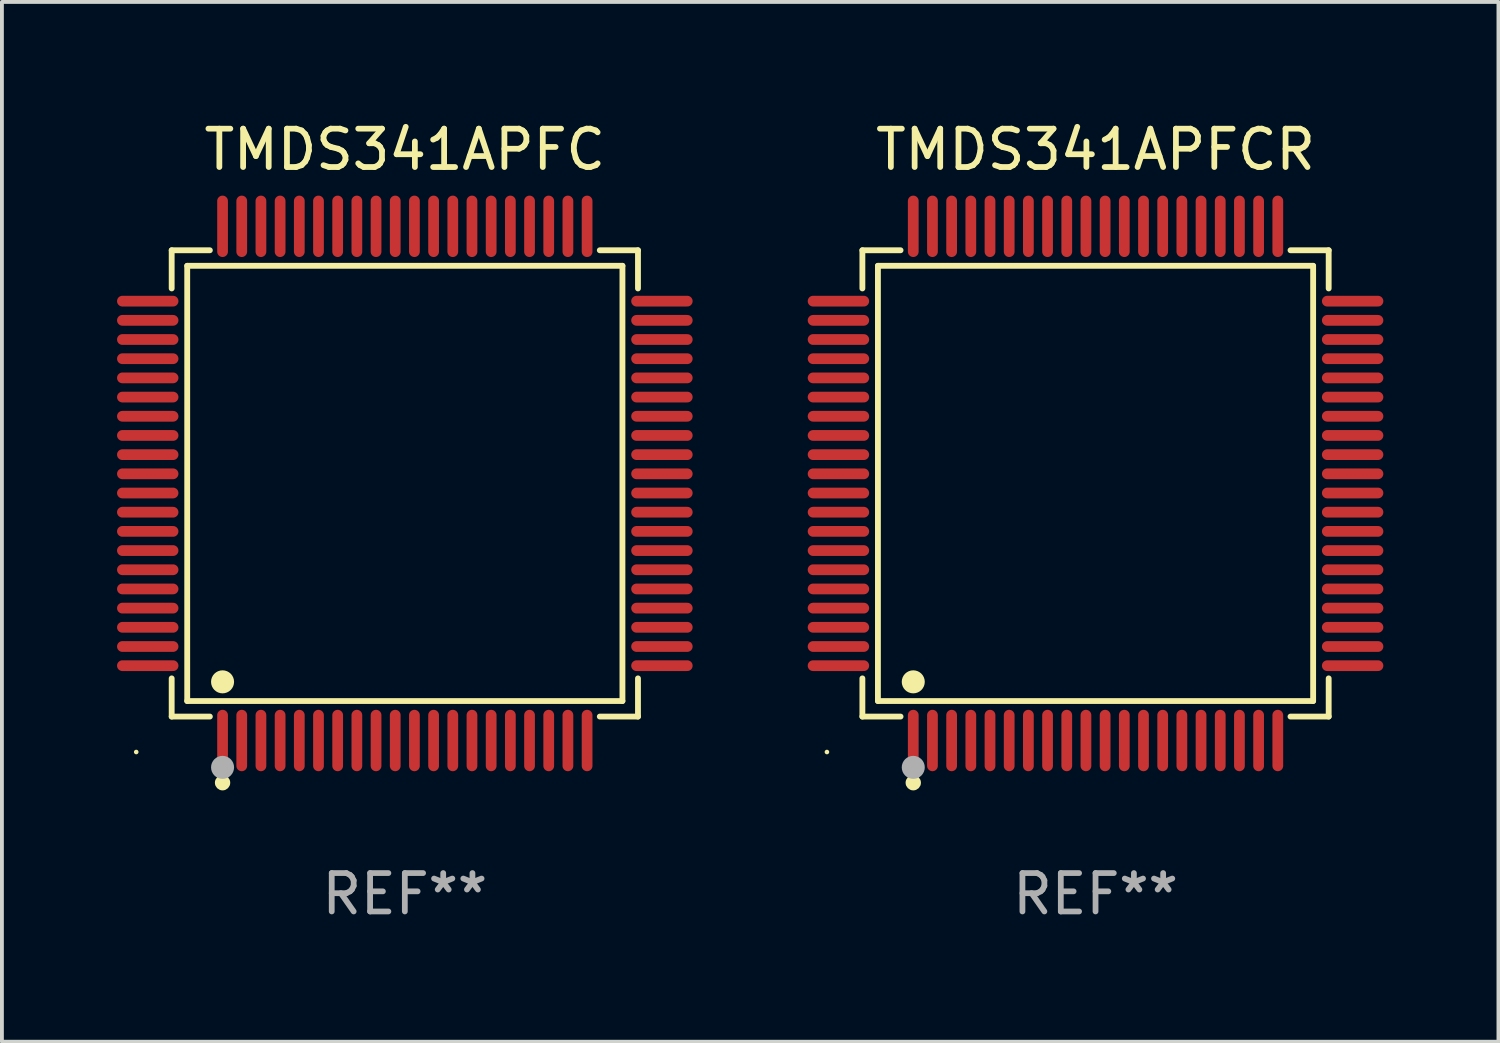
<source format=kicad_pcb>
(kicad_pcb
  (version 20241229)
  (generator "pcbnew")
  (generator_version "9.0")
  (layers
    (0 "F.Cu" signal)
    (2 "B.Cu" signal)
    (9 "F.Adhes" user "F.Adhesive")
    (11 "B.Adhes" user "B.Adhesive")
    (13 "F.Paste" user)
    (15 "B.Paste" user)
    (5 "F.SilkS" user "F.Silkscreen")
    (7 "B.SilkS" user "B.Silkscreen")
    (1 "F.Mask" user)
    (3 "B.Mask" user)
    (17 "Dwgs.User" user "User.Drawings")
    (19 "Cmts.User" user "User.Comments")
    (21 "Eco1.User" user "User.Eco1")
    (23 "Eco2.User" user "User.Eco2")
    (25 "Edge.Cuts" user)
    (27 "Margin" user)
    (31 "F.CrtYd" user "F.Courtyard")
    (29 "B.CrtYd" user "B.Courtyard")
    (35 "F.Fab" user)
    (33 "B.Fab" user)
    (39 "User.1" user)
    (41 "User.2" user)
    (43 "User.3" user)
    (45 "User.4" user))
  (footprint "TMDS341APFC"
    (layer "F.Cu")
    (at 7.5 9.548)
    (property "Reference" "TMDS341APFC" (at 0 -8.7 0) (layer "F.SilkS") (effects (font (size 1 1) (thickness 0.15))))
    (attr through_hole)
    (fp_line (start -6.076 -6.076) (end -5.081 -6.076) (stroke (width 0.152) (type solid)) (layer "F.SilkS"))
    (fp_line (start -6.076 -5.081) (end -6.076 -6.076) (stroke (width 0.152) (type solid)) (layer "F.SilkS"))
    (fp_line (start -6.076 5.081) (end -6.076 6.076) (stroke (width 0.152) (type solid)) (layer "F.SilkS"))
    (fp_line (start -6.076 6.076) (end -5.081 6.076) (stroke (width 0.152) (type solid)) (layer "F.SilkS"))
    (fp_line (start -5.671 -5.671) (end 5.671 -5.671) (stroke (width 0.152) (type solid)) (layer "F.SilkS"))
    (fp_line (start -5.671 5.671) (end -5.671 -5.671) (stroke (width 0.152) (type solid)) (layer "F.SilkS"))
    (fp_line (start 5.671 -5.671) (end 5.671 5.671) (stroke (width 0.152) (type solid)) (layer "F.SilkS"))
    (fp_line (start 5.671 5.671) (end -5.671 5.671) (stroke (width 0.152) (type solid)) (layer "F.SilkS"))
    (fp_line (start 6.076 -6.076) (end 5.081 -6.076) (stroke (width 0.152) (type solid)) (layer "F.SilkS"))
    (fp_line (start 6.076 -5.081) (end 6.076 -6.076) (stroke (width 0.152) (type solid)) (layer "F.SilkS"))
    (fp_line (start 6.076 5.081) (end 6.076 6.076) (stroke (width 0.152) (type solid)) (layer "F.SilkS"))
    (fp_line (start 6.076 6.076) (end 5.081 6.076) (stroke (width 0.152) (type solid)) (layer "F.SilkS"))
    (fp_circle (center -7 7) (end -6.97 7) (stroke (width 0.06) (type solid)) (fill no) (layer "F.SilkS"))
    (fp_circle (center -4.75 5.171) (end -4.6 5.171) (stroke (width 0.3) (type solid)) (fill no) (layer "F.SilkS"))
    (fp_circle (center -4.75 7.8) (end -4.65 7.8) (stroke (width 0.2) (type solid)) (fill no) (layer "F.SilkS"))
    (fp_circle (center -4.75 7.4) (end -4.6 7.4) (stroke (width 0.3) (type solid)) (fill no) (layer "F.Fab"))
    (fp_text user "REF**" (at 0 10.7 0) (layer "F.Fab") (effects (font (size 1 1) (thickness 0.15))))
    (pad "1" smd oval (at -4.75 6.7) (size 0.28 1.6) (layers "F.Cu" "F.Mask" "F.Paste"))
    (pad "2" smd oval (at -4.25 6.7) (size 0.28 1.6) (layers "F.Cu" "F.Mask" "F.Paste"))
    (pad "3" smd oval (at -3.75 6.7) (size 0.28 1.6) (layers "F.Cu" "F.Mask" "F.Paste"))
    (pad "4" smd oval (at -3.25 6.7) (size 0.28 1.6) (layers "F.Cu" "F.Mask" "F.Paste"))
    (pad "5" smd oval (at -2.75 6.7) (size 0.28 1.6) (layers "F.Cu" "F.Mask" "F.Paste"))
    (pad "6" smd oval (at -2.25 6.7) (size 0.28 1.6) (layers "F.Cu" "F.Mask" "F.Paste"))
    (pad "7" smd oval (at -1.75 6.7) (size 0.28 1.6) (layers "F.Cu" "F.Mask" "F.Paste"))
    (pad "8" smd oval (at -1.25 6.7) (size 0.28 1.6) (layers "F.Cu" "F.Mask" "F.Paste"))
    (pad "9" smd oval (at -0.75 6.7) (size 0.28 1.6) (layers "F.Cu" "F.Mask" "F.Paste"))
    (pad "10" smd oval (at -0.25 6.7) (size 0.28 1.6) (layers "F.Cu" "F.Mask" "F.Paste"))
    (pad "11" smd oval (at 0.25 6.7) (size 0.28 1.6) (layers "F.Cu" "F.Mask" "F.Paste"))
    (pad "12" smd oval (at 0.75 6.7) (size 0.28 1.6) (layers "F.Cu" "F.Mask" "F.Paste"))
    (pad "13" smd oval (at 1.25 6.7) (size 0.28 1.6) (layers "F.Cu" "F.Mask" "F.Paste"))
    (pad "14" smd oval (at 1.75 6.7) (size 0.28 1.6) (layers "F.Cu" "F.Mask" "F.Paste"))
    (pad "15" smd oval (at 2.25 6.7) (size 0.28 1.6) (layers "F.Cu" "F.Mask" "F.Paste"))
    (pad "16" smd oval (at 2.75 6.7) (size 0.28 1.6) (layers "F.Cu" "F.Mask" "F.Paste"))
    (pad "17" smd oval (at 3.25 6.7) (size 0.28 1.6) (layers "F.Cu" "F.Mask" "F.Paste"))
    (pad "18" smd oval (at 3.75 6.7) (size 0.28 1.6) (layers "F.Cu" "F.Mask" "F.Paste"))
    (pad "19" smd oval (at 4.25 6.7) (size 0.28 1.6) (layers "F.Cu" "F.Mask" "F.Paste"))
    (pad "20" smd oval (at 4.75 6.7) (size 0.28 1.6) (layers "F.Cu" "F.Mask" "F.Paste"))
    (pad "21" smd oval (at 6.7 4.75) (size 1.6 0.28) (layers "F.Cu" "F.Mask" "F.Paste"))
    (pad "22" smd oval (at 6.7 4.25) (size 1.6 0.28) (layers "F.Cu" "F.Mask" "F.Paste"))
    (pad "23" smd oval (at 6.7 3.75) (size 1.6 0.28) (layers "F.Cu" "F.Mask" "F.Paste"))
    (pad "24" smd oval (at 6.7 3.25) (size 1.6 0.28) (layers "F.Cu" "F.Mask" "F.Paste"))
    (pad "25" smd oval (at 6.7 2.75) (size 1.6 0.28) (layers "F.Cu" "F.Mask" "F.Paste"))
    (pad "26" smd oval (at 6.7 2.25) (size 1.6 0.28) (layers "F.Cu" "F.Mask" "F.Paste"))
    (pad "27" smd oval (at 6.7 1.75) (size 1.6 0.28) (layers "F.Cu" "F.Mask" "F.Paste"))
    (pad "28" smd oval (at 6.7 1.25) (size 1.6 0.28) (layers "F.Cu" "F.Mask" "F.Paste"))
    (pad "29" smd oval (at 6.7 0.75) (size 1.6 0.28) (layers "F.Cu" "F.Mask" "F.Paste"))
    (pad "30" smd oval (at 6.7 0.25) (size 1.6 0.28) (layers "F.Cu" "F.Mask" "F.Paste"))
    (pad "31" smd oval (at 6.7 -0.25) (size 1.6 0.28) (layers "F.Cu" "F.Mask" "F.Paste"))
    (pad "32" smd oval (at 6.7 -0.75) (size 1.6 0.28) (layers "F.Cu" "F.Mask" "F.Paste"))
    (pad "33" smd oval (at 6.7 -1.25) (size 1.6 0.28) (layers "F.Cu" "F.Mask" "F.Paste"))
    (pad "34" smd oval (at 6.7 -1.75) (size 1.6 0.28) (layers "F.Cu" "F.Mask" "F.Paste"))
    (pad "35" smd oval (at 6.7 -2.25) (size 1.6 0.28) (layers "F.Cu" "F.Mask" "F.Paste"))
    (pad "36" smd oval (at 6.7 -2.75) (size 1.6 0.28) (layers "F.Cu" "F.Mask" "F.Paste"))
    (pad "37" smd oval (at 6.7 -3.25) (size 1.6 0.28) (layers "F.Cu" "F.Mask" "F.Paste"))
    (pad "38" smd oval (at 6.7 -3.75) (size 1.6 0.28) (layers "F.Cu" "F.Mask" "F.Paste"))
    (pad "39" smd oval (at 6.7 -4.25) (size 1.6 0.28) (layers "F.Cu" "F.Mask" "F.Paste"))
    (pad "40" smd oval (at 6.7 -4.75) (size 1.6 0.28) (layers "F.Cu" "F.Mask" "F.Paste"))
    (pad "41" smd oval (at 4.75 -6.7) (size 0.28 1.6) (layers "F.Cu" "F.Mask" "F.Paste"))
    (pad "42" smd oval (at 4.25 -6.7) (size 0.28 1.6) (layers "F.Cu" "F.Mask" "F.Paste"))
    (pad "43" smd oval (at 3.75 -6.7) (size 0.28 1.6) (layers "F.Cu" "F.Mask" "F.Paste"))
    (pad "44" smd oval (at 3.25 -6.7) (size 0.28 1.6) (layers "F.Cu" "F.Mask" "F.Paste"))
    (pad "45" smd oval (at 2.75 -6.7) (size 0.28 1.6) (layers "F.Cu" "F.Mask" "F.Paste"))
    (pad "46" smd oval (at 2.25 -6.7) (size 0.28 1.6) (layers "F.Cu" "F.Mask" "F.Paste"))
    (pad "47" smd oval (at 1.75 -6.7) (size 0.28 1.6) (layers "F.Cu" "F.Mask" "F.Paste"))
    (pad "48" smd oval (at 1.25 -6.7) (size 0.28 1.6) (layers "F.Cu" "F.Mask" "F.Paste"))
    (pad "49" smd oval (at 0.75 -6.7) (size 0.28 1.6) (layers "F.Cu" "F.Mask" "F.Paste"))
    (pad "50" smd oval (at 0.25 -6.7) (size 0.28 1.6) (layers "F.Cu" "F.Mask" "F.Paste"))
    (pad "51" smd oval (at -0.25 -6.7) (size 0.28 1.6) (layers "F.Cu" "F.Mask" "F.Paste"))
    (pad "52" smd oval (at -0.75 -6.7) (size 0.28 1.6) (layers "F.Cu" "F.Mask" "F.Paste"))
    (pad "53" smd oval (at -1.25 -6.7) (size 0.28 1.6) (layers "F.Cu" "F.Mask" "F.Paste"))
    (pad "54" smd oval (at -1.75 -6.7) (size 0.28 1.6) (layers "F.Cu" "F.Mask" "F.Paste"))
    (pad "55" smd oval (at -2.25 -6.7) (size 0.28 1.6) (layers "F.Cu" "F.Mask" "F.Paste"))
    (pad "56" smd oval (at -2.75 -6.7) (size 0.28 1.6) (layers "F.Cu" "F.Mask" "F.Paste"))
    (pad "57" smd oval (at -3.25 -6.7) (size 0.28 1.6) (layers "F.Cu" "F.Mask" "F.Paste"))
    (pad "58" smd oval (at -3.75 -6.7) (size 0.28 1.6) (layers "F.Cu" "F.Mask" "F.Paste"))
    (pad "59" smd oval (at -4.25 -6.7) (size 0.28 1.6) (layers "F.Cu" "F.Mask" "F.Paste"))
    (pad "60" smd oval (at -4.75 -6.7) (size 0.28 1.6) (layers "F.Cu" "F.Mask" "F.Paste"))
    (pad "61" smd oval (at -6.7 -4.75) (size 1.6 0.28) (layers "F.Cu" "F.Mask" "F.Paste"))
    (pad "62" smd oval (at -6.7 -4.25) (size 1.6 0.28) (layers "F.Cu" "F.Mask" "F.Paste"))
    (pad "63" smd oval (at -6.7 -3.75) (size 1.6 0.28) (layers "F.Cu" "F.Mask" "F.Paste"))
    (pad "64" smd oval (at -6.7 -3.25) (size 1.6 0.28) (layers "F.Cu" "F.Mask" "F.Paste"))
    (pad "65" smd oval (at -6.7 -2.75) (size 1.6 0.28) (layers "F.Cu" "F.Mask" "F.Paste"))
    (pad "66" smd oval (at -6.7 -2.25) (size 1.6 0.28) (layers "F.Cu" "F.Mask" "F.Paste"))
    (pad "67" smd oval (at -6.7 -1.75) (size 1.6 0.28) (layers "F.Cu" "F.Mask" "F.Paste"))
    (pad "68" smd oval (at -6.7 -1.25) (size 1.6 0.28) (layers "F.Cu" "F.Mask" "F.Paste"))
    (pad "69" smd oval (at -6.7 -0.75) (size 1.6 0.28) (layers "F.Cu" "F.Mask" "F.Paste"))
    (pad "70" smd oval (at -6.7 -0.25) (size 1.6 0.28) (layers "F.Cu" "F.Mask" "F.Paste"))
    (pad "71" smd oval (at -6.7 0.25) (size 1.6 0.28) (layers "F.Cu" "F.Mask" "F.Paste"))
    (pad "72" smd oval (at -6.7 0.75) (size 1.6 0.28) (layers "F.Cu" "F.Mask" "F.Paste"))
    (pad "73" smd oval (at -6.7 1.25) (size 1.6 0.28) (layers "F.Cu" "F.Mask" "F.Paste"))
    (pad "74" smd oval (at -6.7 1.75) (size 1.6 0.28) (layers "F.Cu" "F.Mask" "F.Paste"))
    (pad "75" smd oval (at -6.7 2.25) (size 1.6 0.28) (layers "F.Cu" "F.Mask" "F.Paste"))
    (pad "76" smd oval (at -6.7 2.75) (size 1.6 0.28) (layers "F.Cu" "F.Mask" "F.Paste"))
    (pad "77" smd oval (at -6.7 3.25) (size 1.6 0.28) (layers "F.Cu" "F.Mask" "F.Paste"))
    (pad "78" smd oval (at -6.7 3.75) (size 1.6 0.28) (layers "F.Cu" "F.Mask" "F.Paste"))
    (pad "79" smd oval (at -6.7 4.25) (size 1.6 0.28) (layers "F.Cu" "F.Mask" "F.Paste"))
    (pad "80" smd oval (at -6.7 4.75) (size 1.6 0.28) (layers "F.Cu" "F.Mask" "F.Paste")))
  (footprint "TMDS341APFCR"
    (layer "F.Cu")
    (at 25.5 9.548)
    (property "Reference" "TMDS341APFCR" (at 0 -8.7 0) (layer "F.SilkS") (effects (font (size 1 1) (thickness 0.15))))
    (attr through_hole)
    (fp_line (start -6.076 -6.076) (end -5.081 -6.076) (stroke (width 0.152) (type solid)) (layer "F.SilkS"))
    (fp_line (start -6.076 -5.081) (end -6.076 -6.076) (stroke (width 0.152) (type solid)) (layer "F.SilkS"))
    (fp_line (start -6.076 5.081) (end -6.076 6.076) (stroke (width 0.152) (type solid)) (layer "F.SilkS"))
    (fp_line (start -6.076 6.076) (end -5.081 6.076) (stroke (width 0.152) (type solid)) (layer "F.SilkS"))
    (fp_line (start -5.671 -5.671) (end 5.671 -5.671) (stroke (width 0.152) (type solid)) (layer "F.SilkS"))
    (fp_line (start -5.671 5.671) (end -5.671 -5.671) (stroke (width 0.152) (type solid)) (layer "F.SilkS"))
    (fp_line (start 5.671 -5.671) (end 5.671 5.671) (stroke (width 0.152) (type solid)) (layer "F.SilkS"))
    (fp_line (start 5.671 5.671) (end -5.671 5.671) (stroke (width 0.152) (type solid)) (layer "F.SilkS"))
    (fp_line (start 6.076 -6.076) (end 5.081 -6.076) (stroke (width 0.152) (type solid)) (layer "F.SilkS"))
    (fp_line (start 6.076 -5.081) (end 6.076 -6.076) (stroke (width 0.152) (type solid)) (layer "F.SilkS"))
    (fp_line (start 6.076 5.081) (end 6.076 6.076) (stroke (width 0.152) (type solid)) (layer "F.SilkS"))
    (fp_line (start 6.076 6.076) (end 5.081 6.076) (stroke (width 0.152) (type solid)) (layer "F.SilkS"))
    (fp_circle (center -7 7) (end -6.97 7) (stroke (width 0.06) (type solid)) (fill no) (layer "F.SilkS"))
    (fp_circle (center -4.75 5.171) (end -4.6 5.171) (stroke (width 0.3) (type solid)) (fill no) (layer "F.SilkS"))
    (fp_circle (center -4.75 7.8) (end -4.65 7.8) (stroke (width 0.2) (type solid)) (fill no) (layer "F.SilkS"))
    (fp_circle (center -4.75 7.4) (end -4.6 7.4) (stroke (width 0.3) (type solid)) (fill no) (layer "F.Fab"))
    (fp_text user "REF**" (at 0 10.7 0) (layer "F.Fab") (effects (font (size 1 1) (thickness 0.15))))
    (pad "1" smd oval (at -4.75 6.7) (size 0.28 1.6) (layers "F.Cu" "F.Mask" "F.Paste"))
    (pad "2" smd oval (at -4.25 6.7) (size 0.28 1.6) (layers "F.Cu" "F.Mask" "F.Paste"))
    (pad "3" smd oval (at -3.75 6.7) (size 0.28 1.6) (layers "F.Cu" "F.Mask" "F.Paste"))
    (pad "4" smd oval (at -3.25 6.7) (size 0.28 1.6) (layers "F.Cu" "F.Mask" "F.Paste"))
    (pad "5" smd oval (at -2.75 6.7) (size 0.28 1.6) (layers "F.Cu" "F.Mask" "F.Paste"))
    (pad "6" smd oval (at -2.25 6.7) (size 0.28 1.6) (layers "F.Cu" "F.Mask" "F.Paste"))
    (pad "7" smd oval (at -1.75 6.7) (size 0.28 1.6) (layers "F.Cu" "F.Mask" "F.Paste"))
    (pad "8" smd oval (at -1.25 6.7) (size 0.28 1.6) (layers "F.Cu" "F.Mask" "F.Paste"))
    (pad "9" smd oval (at -0.75 6.7) (size 0.28 1.6) (layers "F.Cu" "F.Mask" "F.Paste"))
    (pad "10" smd oval (at -0.25 6.7) (size 0.28 1.6) (layers "F.Cu" "F.Mask" "F.Paste"))
    (pad "11" smd oval (at 0.25 6.7) (size 0.28 1.6) (layers "F.Cu" "F.Mask" "F.Paste"))
    (pad "12" smd oval (at 0.75 6.7) (size 0.28 1.6) (layers "F.Cu" "F.Mask" "F.Paste"))
    (pad "13" smd oval (at 1.25 6.7) (size 0.28 1.6) (layers "F.Cu" "F.Mask" "F.Paste"))
    (pad "14" smd oval (at 1.75 6.7) (size 0.28 1.6) (layers "F.Cu" "F.Mask" "F.Paste"))
    (pad "15" smd oval (at 2.25 6.7) (size 0.28 1.6) (layers "F.Cu" "F.Mask" "F.Paste"))
    (pad "16" smd oval (at 2.75 6.7) (size 0.28 1.6) (layers "F.Cu" "F.Mask" "F.Paste"))
    (pad "17" smd oval (at 3.25 6.7) (size 0.28 1.6) (layers "F.Cu" "F.Mask" "F.Paste"))
    (pad "18" smd oval (at 3.75 6.7) (size 0.28 1.6) (layers "F.Cu" "F.Mask" "F.Paste"))
    (pad "19" smd oval (at 4.25 6.7) (size 0.28 1.6) (layers "F.Cu" "F.Mask" "F.Paste"))
    (pad "20" smd oval (at 4.75 6.7) (size 0.28 1.6) (layers "F.Cu" "F.Mask" "F.Paste"))
    (pad "21" smd oval (at 6.7 4.75) (size 1.6 0.28) (layers "F.Cu" "F.Mask" "F.Paste"))
    (pad "22" smd oval (at 6.7 4.25) (size 1.6 0.28) (layers "F.Cu" "F.Mask" "F.Paste"))
    (pad "23" smd oval (at 6.7 3.75) (size 1.6 0.28) (layers "F.Cu" "F.Mask" "F.Paste"))
    (pad "24" smd oval (at 6.7 3.25) (size 1.6 0.28) (layers "F.Cu" "F.Mask" "F.Paste"))
    (pad "25" smd oval (at 6.7 2.75) (size 1.6 0.28) (layers "F.Cu" "F.Mask" "F.Paste"))
    (pad "26" smd oval (at 6.7 2.25) (size 1.6 0.28) (layers "F.Cu" "F.Mask" "F.Paste"))
    (pad "27" smd oval (at 6.7 1.75) (size 1.6 0.28) (layers "F.Cu" "F.Mask" "F.Paste"))
    (pad "28" smd oval (at 6.7 1.25) (size 1.6 0.28) (layers "F.Cu" "F.Mask" "F.Paste"))
    (pad "29" smd oval (at 6.7 0.75) (size 1.6 0.28) (layers "F.Cu" "F.Mask" "F.Paste"))
    (pad "30" smd oval (at 6.7 0.25) (size 1.6 0.28) (layers "F.Cu" "F.Mask" "F.Paste"))
    (pad "31" smd oval (at 6.7 -0.25) (size 1.6 0.28) (layers "F.Cu" "F.Mask" "F.Paste"))
    (pad "32" smd oval (at 6.7 -0.75) (size 1.6 0.28) (layers "F.Cu" "F.Mask" "F.Paste"))
    (pad "33" smd oval (at 6.7 -1.25) (size 1.6 0.28) (layers "F.Cu" "F.Mask" "F.Paste"))
    (pad "34" smd oval (at 6.7 -1.75) (size 1.6 0.28) (layers "F.Cu" "F.Mask" "F.Paste"))
    (pad "35" smd oval (at 6.7 -2.25) (size 1.6 0.28) (layers "F.Cu" "F.Mask" "F.Paste"))
    (pad "36" smd oval (at 6.7 -2.75) (size 1.6 0.28) (layers "F.Cu" "F.Mask" "F.Paste"))
    (pad "37" smd oval (at 6.7 -3.25) (size 1.6 0.28) (layers "F.Cu" "F.Mask" "F.Paste"))
    (pad "38" smd oval (at 6.7 -3.75) (size 1.6 0.28) (layers "F.Cu" "F.Mask" "F.Paste"))
    (pad "39" smd oval (at 6.7 -4.25) (size 1.6 0.28) (layers "F.Cu" "F.Mask" "F.Paste"))
    (pad "40" smd oval (at 6.7 -4.75) (size 1.6 0.28) (layers "F.Cu" "F.Mask" "F.Paste"))
    (pad "41" smd oval (at 4.75 -6.7) (size 0.28 1.6) (layers "F.Cu" "F.Mask" "F.Paste"))
    (pad "42" smd oval (at 4.25 -6.7) (size 0.28 1.6) (layers "F.Cu" "F.Mask" "F.Paste"))
    (pad "43" smd oval (at 3.75 -6.7) (size 0.28 1.6) (layers "F.Cu" "F.Mask" "F.Paste"))
    (pad "44" smd oval (at 3.25 -6.7) (size 0.28 1.6) (layers "F.Cu" "F.Mask" "F.Paste"))
    (pad "45" smd oval (at 2.75 -6.7) (size 0.28 1.6) (layers "F.Cu" "F.Mask" "F.Paste"))
    (pad "46" smd oval (at 2.25 -6.7) (size 0.28 1.6) (layers "F.Cu" "F.Mask" "F.Paste"))
    (pad "47" smd oval (at 1.75 -6.7) (size 0.28 1.6) (layers "F.Cu" "F.Mask" "F.Paste"))
    (pad "48" smd oval (at 1.25 -6.7) (size 0.28 1.6) (layers "F.Cu" "F.Mask" "F.Paste"))
    (pad "49" smd oval (at 0.75 -6.7) (size 0.28 1.6) (layers "F.Cu" "F.Mask" "F.Paste"))
    (pad "50" smd oval (at 0.25 -6.7) (size 0.28 1.6) (layers "F.Cu" "F.Mask" "F.Paste"))
    (pad "51" smd oval (at -0.25 -6.7) (size 0.28 1.6) (layers "F.Cu" "F.Mask" "F.Paste"))
    (pad "52" smd oval (at -0.75 -6.7) (size 0.28 1.6) (layers "F.Cu" "F.Mask" "F.Paste"))
    (pad "53" smd oval (at -1.25 -6.7) (size 0.28 1.6) (layers "F.Cu" "F.Mask" "F.Paste"))
    (pad "54" smd oval (at -1.75 -6.7) (size 0.28 1.6) (layers "F.Cu" "F.Mask" "F.Paste"))
    (pad "55" smd oval (at -2.25 -6.7) (size 0.28 1.6) (layers "F.Cu" "F.Mask" "F.Paste"))
    (pad "56" smd oval (at -2.75 -6.7) (size 0.28 1.6) (layers "F.Cu" "F.Mask" "F.Paste"))
    (pad "57" smd oval (at -3.25 -6.7) (size 0.28 1.6) (layers "F.Cu" "F.Mask" "F.Paste"))
    (pad "58" smd oval (at -3.75 -6.7) (size 0.28 1.6) (layers "F.Cu" "F.Mask" "F.Paste"))
    (pad "59" smd oval (at -4.25 -6.7) (size 0.28 1.6) (layers "F.Cu" "F.Mask" "F.Paste"))
    (pad "60" smd oval (at -4.75 -6.7) (size 0.28 1.6) (layers "F.Cu" "F.Mask" "F.Paste"))
    (pad "61" smd oval (at -6.7 -4.75) (size 1.6 0.28) (layers "F.Cu" "F.Mask" "F.Paste"))
    (pad "62" smd oval (at -6.7 -4.25) (size 1.6 0.28) (layers "F.Cu" "F.Mask" "F.Paste"))
    (pad "63" smd oval (at -6.7 -3.75) (size 1.6 0.28) (layers "F.Cu" "F.Mask" "F.Paste"))
    (pad "64" smd oval (at -6.7 -3.25) (size 1.6 0.28) (layers "F.Cu" "F.Mask" "F.Paste"))
    (pad "65" smd oval (at -6.7 -2.75) (size 1.6 0.28) (layers "F.Cu" "F.Mask" "F.Paste"))
    (pad "66" smd oval (at -6.7 -2.25) (size 1.6 0.28) (layers "F.Cu" "F.Mask" "F.Paste"))
    (pad "67" smd oval (at -6.7 -1.75) (size 1.6 0.28) (layers "F.Cu" "F.Mask" "F.Paste"))
    (pad "68" smd oval (at -6.7 -1.25) (size 1.6 0.28) (layers "F.Cu" "F.Mask" "F.Paste"))
    (pad "69" smd oval (at -6.7 -0.75) (size 1.6 0.28) (layers "F.Cu" "F.Mask" "F.Paste"))
    (pad "70" smd oval (at -6.7 -0.25) (size 1.6 0.28) (layers "F.Cu" "F.Mask" "F.Paste"))
    (pad "71" smd oval (at -6.7 0.25) (size 1.6 0.28) (layers "F.Cu" "F.Mask" "F.Paste"))
    (pad "72" smd oval (at -6.7 0.75) (size 1.6 0.28) (layers "F.Cu" "F.Mask" "F.Paste"))
    (pad "73" smd oval (at -6.7 1.25) (size 1.6 0.28) (layers "F.Cu" "F.Mask" "F.Paste"))
    (pad "74" smd oval (at -6.7 1.75) (size 1.6 0.28) (layers "F.Cu" "F.Mask" "F.Paste"))
    (pad "75" smd oval (at -6.7 2.25) (size 1.6 0.28) (layers "F.Cu" "F.Mask" "F.Paste"))
    (pad "76" smd oval (at -6.7 2.75) (size 1.6 0.28) (layers "F.Cu" "F.Mask" "F.Paste"))
    (pad "77" smd oval (at -6.7 3.25) (size 1.6 0.28) (layers "F.Cu" "F.Mask" "F.Paste"))
    (pad "78" smd oval (at -6.7 3.75) (size 1.6 0.28) (layers "F.Cu" "F.Mask" "F.Paste"))
    (pad "79" smd oval (at -6.7 4.25) (size 1.6 0.28) (layers "F.Cu" "F.Mask" "F.Paste"))
    (pad "80" smd oval (at -6.7 4.75) (size 1.6 0.28) (layers "F.Cu" "F.Mask" "F.Paste")))
  (gr_rect
    (start -3 -3)
    (end 36 24.097)
    (stroke (width 0.1) (type default))
    (fill no)
    (layer "Edge.Cuts")))
</source>
